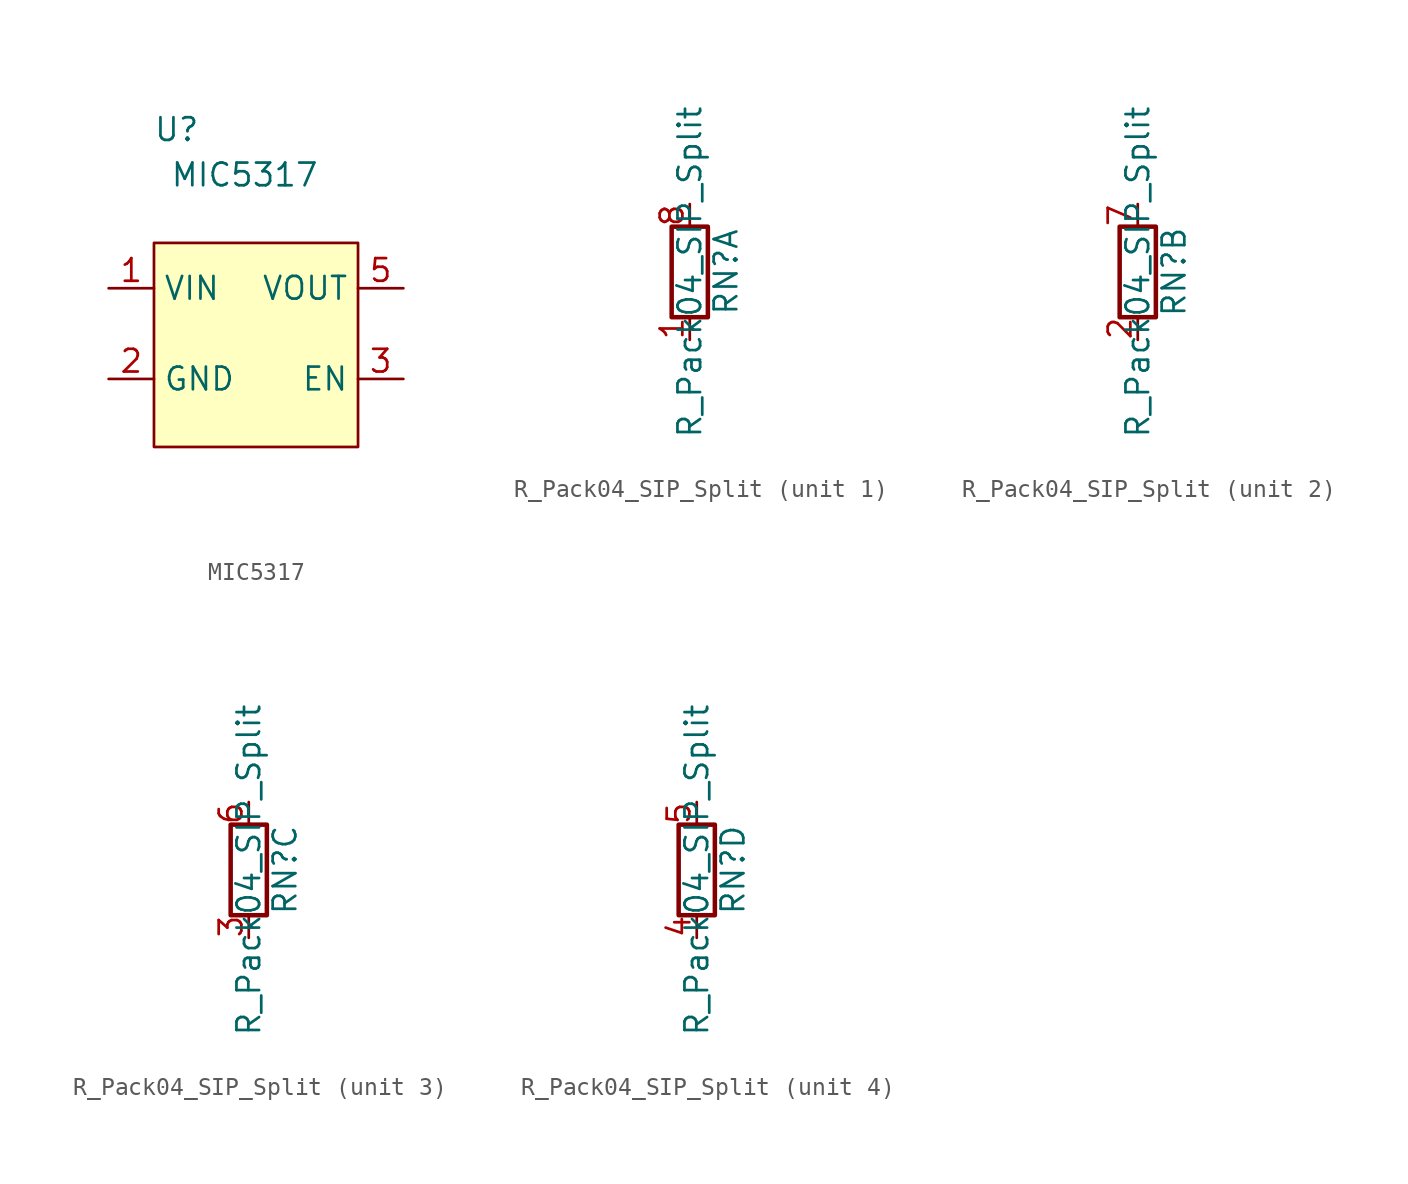
<source format=kicad_sym>
(kicad_symbol_lib
  (version 20211014)
  (generator kicad_symbol_editor)
  (symbol "MIC5317"
    (property "Reference" "U"
      (at -3.81 8.89 0)
      (effects (font (size 1.27 1.27))))
    (property "Value" "MIC5317"
      (at 0 6.35 0)
      (effects (font (size 1.27 1.27))))
    (symbol "MIC5317_0_1"
      (rectangle (start 6.35 -8.89) (end -5.08 2.54) (stroke (width 0) (type default) (color 0 0 0 0)) (fill (type background))))
    (symbol "MIC5317_1_1"
      (pin passive line (at -7.62 0 0) (length 2.54) (name "VIN" (effects (font (size 1.27 1.27)))) (number "1" (effects (font (size 1.27 1.27)))))
      (pin passive line (at -7.62 -5.08 0) (length 2.54) (name "GND" (effects (font (size 1.27 1.27)))) (number "2" (effects (font (size 1.27 1.27)))))
      (pin passive line (at 8.89 -5.08 180) (length 2.54) (name "EN" (effects (font (size 1.27 1.27)))) (number "3" (effects (font (size 1.27 1.27)))))
      (pin no_connect line (at -2.54 -12.7 180) (length 2.54) hide (name "NC" (effects (font (size 1.27 1.27)))) (number "4" (effects (font (size 1.27 1.27)))))
      (pin passive line (at 8.89 0 180) (length 2.54) (name "VOUT" (effects (font (size 1.27 1.27)))) (number "5" (effects (font (size 1.27 1.27)))))))
  (symbol "R_Pack04_SIP_Split"
    (pin_names
      (offset 0) hide)
    (property "Reference" "RN"
      (at 2.032 0 90)
      (effects (font (size 1.27 1.27))))
    (property "Value" "R_Pack04_SIP_Split"
      (at 0 0 90)
      (effects (font (size 1.27 1.27))))
    (symbol "R_Pack04_SIP_Split_0_1"
      (rectangle (start 1.016 2.54) (end -1.016 -2.54) (stroke (width 0.254) (type default) (color 0 0 0 0)) (fill (type none))))
    (symbol "R_Pack04_SIP_Split_1_1"
      (pin passive line (at 0 -3.81 90) (length 1.27) (name "R1.1" (effects (font (size 1.27 1.27)))) (number "1" (effects (font (size 1.27 1.27)))))
      (pin passive line (at 0 3.81 270) (length 1.27) (name "R1.2" (effects (font (size 1.27 1.27)))) (number "8" (effects (font (size 1.27 1.27))))))
    (symbol "R_Pack04_SIP_Split_2_1"
      (pin passive line (at 0 -3.81 90) (length 1.27) (name "R2.1" (effects (font (size 1.27 1.27)))) (number "2" (effects (font (size 1.27 1.27)))))
      (pin passive line (at 0 3.81 270) (length 1.27) (name "R2.2" (effects (font (size 1.27 1.27)))) (number "7" (effects (font (size 1.27 1.27))))))
    (symbol "R_Pack04_SIP_Split_3_1"
      (pin passive line (at 0 -3.81 90) (length 1.27) (name "R3.1" (effects (font (size 1.27 1.27)))) (number "3" (effects (font (size 1.27 1.27)))))
      (pin passive line (at 0 3.81 270) (length 1.27) (name "R3.2" (effects (font (size 1.27 1.27)))) (number "6" (effects (font (size 1.27 1.27))))))
    (symbol "R_Pack04_SIP_Split_4_1"
      (pin passive line (at 0 -3.81 90) (length 1.27) (name "R4.1" (effects (font (size 1.27 1.27)))) (number "4" (effects (font (size 1.27 1.27)))))
      (pin passive line (at 0 3.81 270) (length 1.27) (name "R4.2" (effects (font (size 1.27 1.27)))) (number "5" (effects (font (size 1.27 1.27))))))))
</source>
